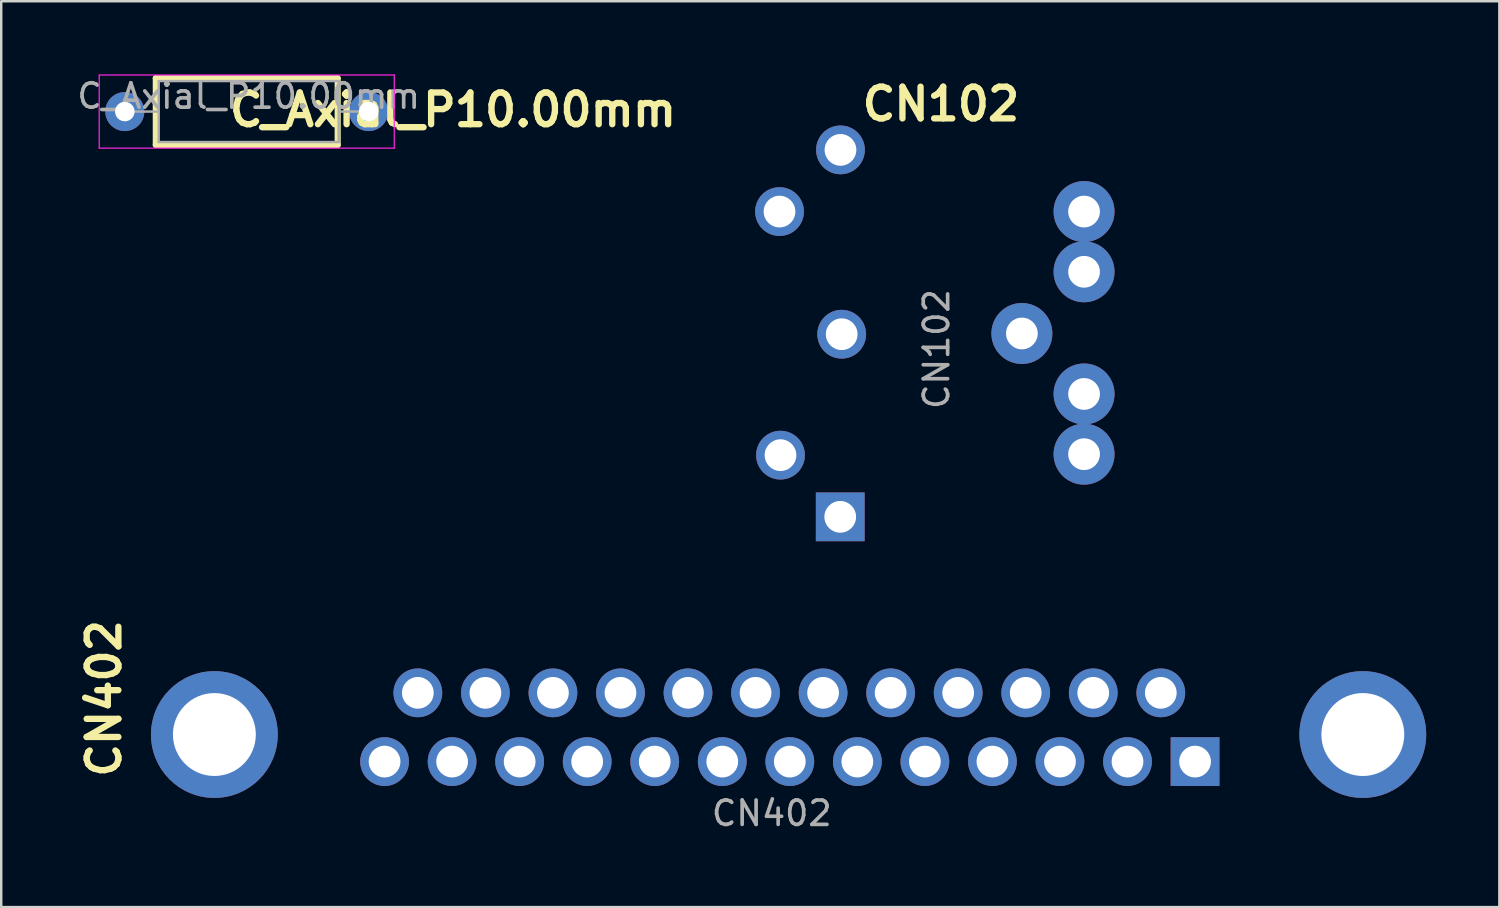
<source format=kicad_pcb>
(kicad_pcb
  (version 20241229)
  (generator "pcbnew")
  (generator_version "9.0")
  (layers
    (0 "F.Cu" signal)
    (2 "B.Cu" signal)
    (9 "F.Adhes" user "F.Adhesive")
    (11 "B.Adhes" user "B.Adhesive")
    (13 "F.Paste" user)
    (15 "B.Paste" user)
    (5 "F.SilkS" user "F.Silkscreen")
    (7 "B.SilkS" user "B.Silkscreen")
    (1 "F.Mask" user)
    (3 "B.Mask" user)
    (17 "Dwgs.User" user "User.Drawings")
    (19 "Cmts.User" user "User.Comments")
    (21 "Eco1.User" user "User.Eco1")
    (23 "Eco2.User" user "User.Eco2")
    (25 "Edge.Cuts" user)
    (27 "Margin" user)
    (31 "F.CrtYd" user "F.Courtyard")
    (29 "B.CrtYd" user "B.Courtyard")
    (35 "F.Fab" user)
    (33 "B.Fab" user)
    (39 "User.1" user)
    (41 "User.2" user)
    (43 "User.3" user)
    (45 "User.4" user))
  (footprint "CN402"
    (layer "F.Cu")
    (at 45.937 27.995)
    (property "Reference" "CN402" (at -44.72 -2.4 90) (layer "F.SilkS") (effects (font (size 1.3 1.3) (thickness 0.26) (bold yes))))
    (attr through_hole)
    (fp_text user "${REFERENCE}" (at -17.335 2.31 0) (layer "F.Fab") (effects (font (size 1 1) (thickness 0.15))))
    (pad "1" thru_hole circle (at -40.195 -0.92) (size 5.2 5.2) (drill 3.4) (layers "*.Cu" "*.Mask"))
    (pad "1" thru_hole rect (at 0.025 0.19) (size 2 2) (drill 1.3) (layers "*.Cu" "*.Mask"))
    (pad "1" thru_hole circle (at 6.905 -0.92) (size 5.2 5.2) (drill 3.4) (layers "*.Cu" "*.Mask"))
    (pad "2" thru_hole circle (at -2.745 0.19) (size 2 2) (drill 1.3) (layers "*.Cu" "*.Mask"))
    (pad "3" thru_hole circle (at -5.515 0.19) (size 2 2) (drill 1.3) (layers "*.Cu" "*.Mask"))
    (pad "4" thru_hole circle (at -8.285 0.19) (size 2 2) (drill 1.3) (layers "*.Cu" "*.Mask"))
    (pad "5" thru_hole circle (at -11.055 0.19) (size 2 2) (drill 1.3) (layers "*.Cu" "*.Mask"))
    (pad "6" thru_hole circle (at -13.825 0.19) (size 2 2) (drill 1.3) (layers "*.Cu" "*.Mask"))
    (pad "7" thru_hole circle (at -16.595 0.19) (size 2 2) (drill 1.3) (layers "*.Cu" "*.Mask"))
    (pad "8" thru_hole circle (at -19.365 0.19) (size 2 2) (drill 1.3) (layers "*.Cu" "*.Mask"))
    (pad "9" thru_hole circle (at -22.135 0.19) (size 2 2) (drill 1.3) (layers "*.Cu" "*.Mask"))
    (pad "10" thru_hole circle (at -24.905 0.19) (size 2 2) (drill 1.3) (layers "*.Cu" "*.Mask"))
    (pad "11" thru_hole circle (at -27.675 0.19) (size 2 2) (drill 1.3) (layers "*.Cu" "*.Mask"))
    (pad "12" thru_hole circle (at -30.445 0.19) (size 2 2) (drill 1.3) (layers "*.Cu" "*.Mask"))
    (pad "13" thru_hole circle (at -33.215 0.19) (size 2 2) (drill 1.3) (layers "*.Cu" "*.Mask"))
    (pad "14" thru_hole circle (at -1.38 -2.63) (size 2 2) (drill 1.3) (layers "*.Cu" "*.Mask"))
    (pad "15" thru_hole circle (at -4.15 -2.63) (size 2 2) (drill 1.3) (layers "*.Cu" "*.Mask"))
    (pad "16" thru_hole circle (at -6.92 -2.63) (size 2 2) (drill 1.3) (layers "*.Cu" "*.Mask"))
    (pad "17" thru_hole circle (at -9.69 -2.63) (size 2 2) (drill 1.3) (layers "*.Cu" "*.Mask"))
    (pad "18" thru_hole circle (at -12.46 -2.63) (size 2 2) (drill 1.3) (layers "*.Cu" "*.Mask"))
    (pad "19" thru_hole circle (at -15.23 -2.63) (size 2 2) (drill 1.3) (layers "*.Cu" "*.Mask"))
    (pad "20" thru_hole circle (at -18 -2.63) (size 2 2) (drill 1.3) (layers "*.Cu" "*.Mask"))
    (pad "21" thru_hole circle (at -20.77 -2.63) (size 2 2) (drill 1.3) (layers "*.Cu" "*.Mask"))
    (pad "22" thru_hole circle (at -23.54 -2.63) (size 2 2) (drill 1.3) (layers "*.Cu" "*.Mask"))
    (pad "23" thru_hole circle (at -26.31 -2.63) (size 2 2) (drill 1.3) (layers "*.Cu" "*.Mask"))
    (pad "24" thru_hole circle (at -29.08 -2.63) (size 2 2) (drill 1.3) (layers "*.Cu" "*.Mask"))
    (pad "25" thru_hole circle (at -31.85 -2.63) (size 2 2) (drill 1.3) (layers "*.Cu" "*.Mask")))
  (footprint "CN102"
    (layer "F.Cu")
    (at 35.54 3.547)
    (property "Reference" "CN102" (at 0 -2.33 0) (layer "F.SilkS") (effects (font (size 1.3 1.3) (thickness 0.26) (bold yes))))
    (attr through_hole)
    (fp_text user "${REFERENCE}" (at -0.18 7.72 90) (layer "F.Fab") (effects (font (size 1 1) (thickness 0.15))))
    (pad "1" thru_hole rect (at -4.13 14.6) (size 2 2) (drill 1.3) (layers "*.Cu" "*.Mask"))
    (pad "2" thru_hole oval (at -4.07 7.11) (size 2 2) (drill 1.3) (layers "*.Cu" "*.Mask"))
    (pad "3" thru_hole oval (at -4.12 -0.45) (size 2 2) (drill 1.3) (layers "*.Cu" "*.Mask"))
    (pad "4" thru_hole oval (at -6.58 12.07) (size 2 2) (drill 1.3) (layers "*.Cu" "*.Mask"))
    (pad "5" thru_hole oval (at -6.62 2.08) (size 2 2) (drill 1.3) (layers "*.Cu" "*.Mask"))
    (pad "5" thru_hole oval (at 3.32 7.08) (size 2.5 2.5) (drill 1.3) (layers "*.Cu" "*.Mask"))
    (pad "5" thru_hole oval (at 5.87 2.08) (size 2.5 2.5) (drill 1.3) (layers "*.Cu" "*.Mask"))
    (pad "5" thru_hole oval (at 5.87 4.55) (size 2.5 2.5) (drill 1.3) (layers "*.Cu" "*.Mask"))
    (pad "5" thru_hole oval (at 5.87 9.56) (size 2.5 2.5) (drill 1.3) (layers "*.Cu" "*.Mask"))
    (pad "5" thru_hole oval (at 5.87 12.03) (size 2.5 2.5) (drill 1.3) (layers "*.Cu" "*.Mask")))
  (footprint "C_Axial_P10.00mm"
    (layer "F.Cu")
    (at 2.069 1.525)
    (property "Reference" "C_Axial_P10.00mm" (at 13.46 -0.07 180) (layer "F.SilkS") (effects (font (size 1.3 1.3) (thickness 0.26) (bold yes))))
    (attr through_hole)
    (fp_line (start 1.27 -1.37) (end 1.27 1.37) (stroke (width 0.25) (type solid)) (layer "F.SilkS"))
    (fp_line (start 1.27 1.37) (end 8.73 1.37) (stroke (width 0.25) (type solid)) (layer "F.SilkS"))
    (fp_line (start 8.73 -1.37) (end 1.27 -1.37) (stroke (width 0.25) (type solid)) (layer "F.SilkS"))
    (fp_line (start 8.73 1.37) (end 8.73 -1.36) (stroke (width 0.25) (type solid)) (layer "F.SilkS"))
    (fp_line (start -1.05 -1.5) (end -1.05 1.5) (stroke (width 0.05) (type solid)) (layer "F.CrtYd"))
    (fp_line (start -1.05 1.5) (end 11.05 1.5) (stroke (width 0.05) (type solid)) (layer "F.CrtYd"))
    (fp_line (start 11.05 -1.5) (end -1.05 -1.5) (stroke (width 0.05) (type solid)) (layer "F.CrtYd"))
    (fp_line (start 11.05 1.5) (end 11.05 -1.5) (stroke (width 0.05) (type solid)) (layer "F.CrtYd"))
    (fp_line (start 0 0) (end 1.39 0) (stroke (width 0.1) (type solid)) (layer "F.Fab"))
    (fp_line (start 1.39 -1.25) (end 1.39 1.25) (stroke (width 0.1) (type solid)) (layer "F.Fab"))
    (fp_line (start 1.39 1.25) (end 8.77 1.25) (stroke (width 0.1) (type solid)) (layer "F.Fab"))
    (fp_line (start 8.77 -1.25) (end 1.39 -1.25) (stroke (width 0.1) (type solid)) (layer "F.Fab"))
    (fp_line (start 8.77 1.25) (end 8.77 -1.25) (stroke (width 0.1) (type solid)) (layer "F.Fab"))
    (fp_line (start 10.16 0) (end 8.77 0) (stroke (width 0.1) (type solid)) (layer "F.Fab"))
    (fp_text user "${REFERENCE}" (at 5.08 -0.635 180) (layer "F.Fab") (effects (font (size 1 1) (thickness 0.15))))
    (pad "1" thru_hole circle (at 0 0) (size 1.6 1.6) (drill 0.8) (layers "*.Cu" "*.Mask"))
    (pad "2" thru_hole oval (at 10 0) (size 1.6 1.6) (drill 0.8) (layers "*.Cu" "*.Mask")))
  (gr_rect
    (start -3 -3)
    (end 58.442 34.153)
    (stroke (width 0.1) (type default))
    (fill no)
    (layer "Edge.Cuts")))
</source>
